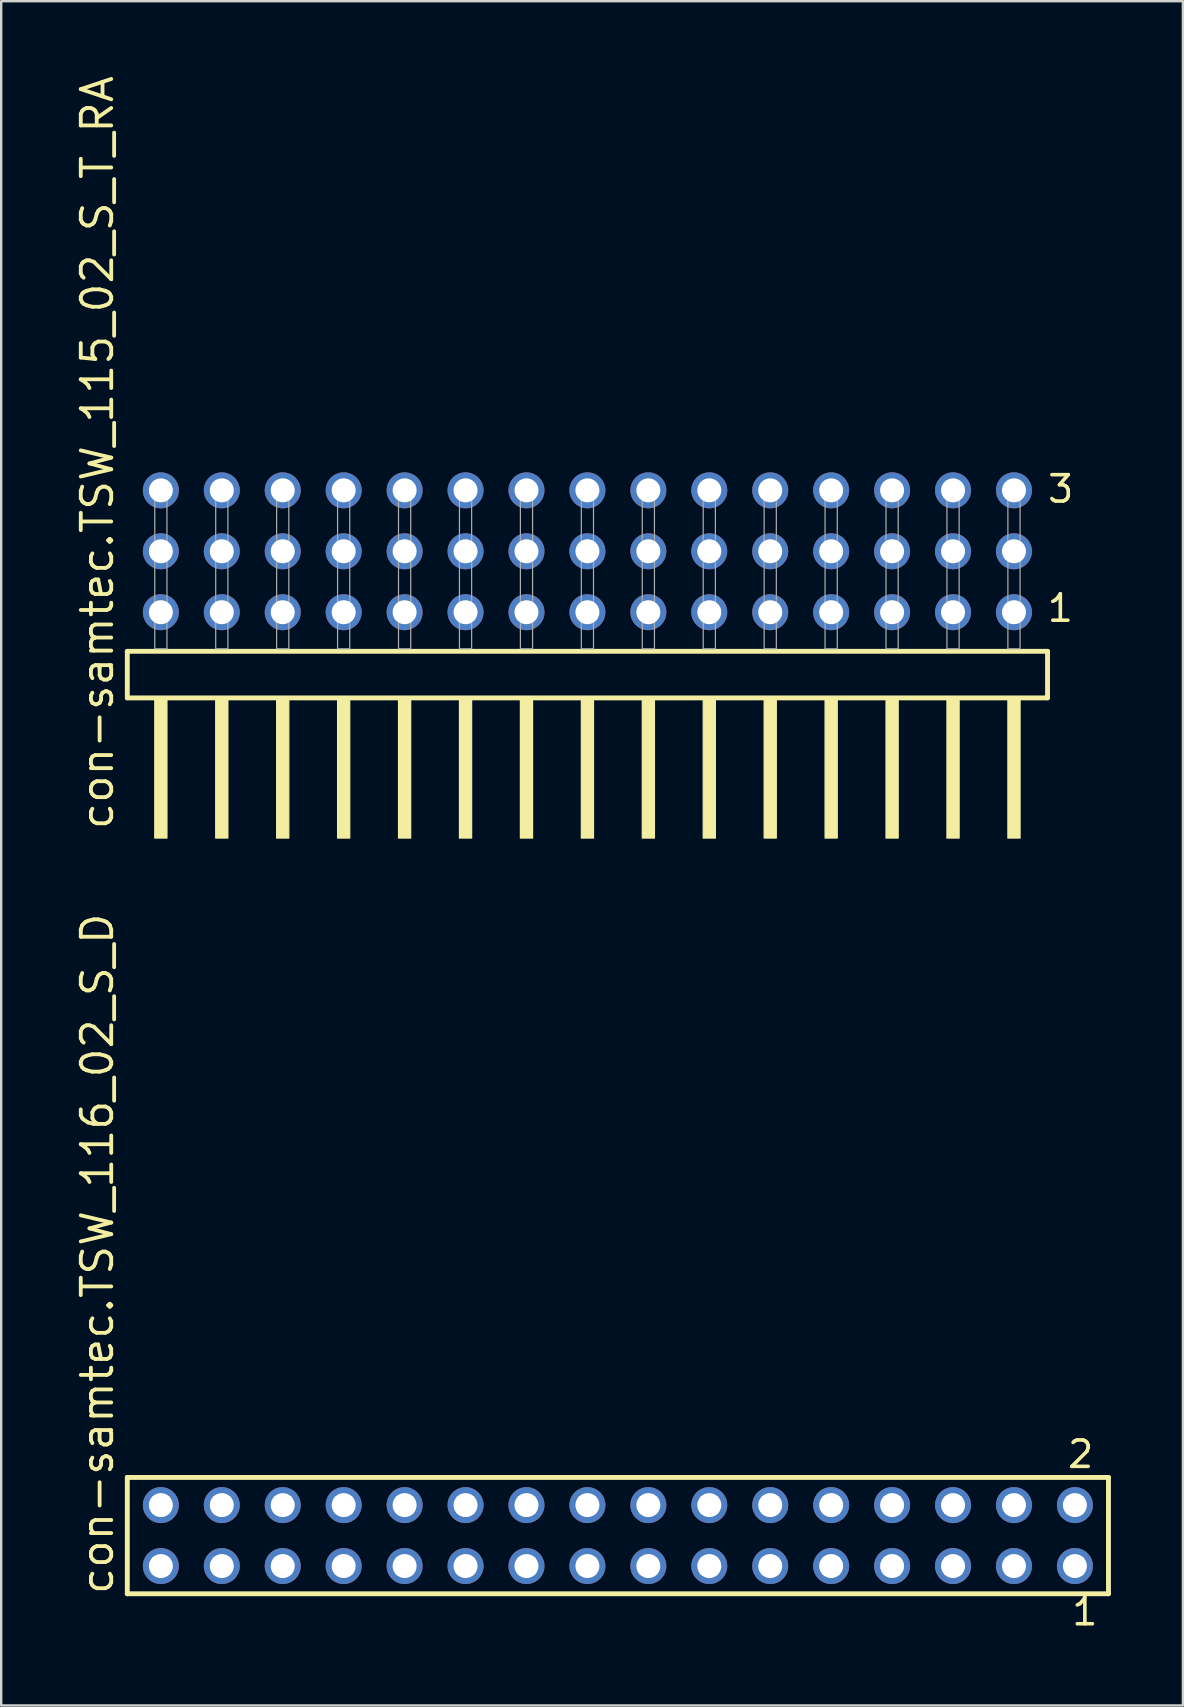
<source format=kicad_pcb>
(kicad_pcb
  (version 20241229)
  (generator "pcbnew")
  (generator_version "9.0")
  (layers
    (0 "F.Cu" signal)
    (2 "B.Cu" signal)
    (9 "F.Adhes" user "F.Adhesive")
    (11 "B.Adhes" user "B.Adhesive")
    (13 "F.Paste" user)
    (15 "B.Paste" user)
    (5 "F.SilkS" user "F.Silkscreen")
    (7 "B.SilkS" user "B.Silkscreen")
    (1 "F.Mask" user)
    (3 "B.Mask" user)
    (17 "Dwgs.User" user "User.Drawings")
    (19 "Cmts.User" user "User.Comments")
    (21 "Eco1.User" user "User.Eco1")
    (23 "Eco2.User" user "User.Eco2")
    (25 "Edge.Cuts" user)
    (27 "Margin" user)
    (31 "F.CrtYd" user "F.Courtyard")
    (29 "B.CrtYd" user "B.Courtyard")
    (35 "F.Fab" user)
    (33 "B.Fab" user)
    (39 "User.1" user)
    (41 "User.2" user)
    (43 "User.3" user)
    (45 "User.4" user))
  (footprint "con-samtec.TSW_115_02_S_T_RA"
    (layer "F.Cu")
    (at 21.435 23.993)
    (property "Reference" "con-samtec.TSW_115_02_S_T_RA" (at -19.685 7.62 90) (layer "F.SilkS") (effects (font (size 1.27 1.27) (thickness 0.16)) (justify left bottom)))
    (attr through_hole)
    (fp_line (start -19.179 0.106) (end -19.179 2.046) (stroke (width 0.203) (type default)) (layer "F.SilkS"))
    (fp_line (start -19.179 2.046) (end 19.179 2.046) (stroke (width 0.203) (type default)) (layer "F.SilkS"))
    (fp_line (start 19.179 0.106) (end -19.179 0.106) (stroke (width 0.203) (type default)) (layer "F.SilkS"))
    (fp_line (start 19.179 2.046) (end 19.179 0.106) (stroke (width 0.203) (type default)) (layer "F.SilkS"))
    (fp_rect (start -18.034 7.89) (end -17.526 2.04) (stroke (width 0.05) (type default)) (fill yes) (layer "F.SilkS"))
    (fp_rect (start -15.494 7.89) (end -14.986 2.04) (stroke (width 0.05) (type default)) (fill yes) (layer "F.SilkS"))
    (fp_rect (start -12.954 7.89) (end -12.446 2.04) (stroke (width 0.05) (type default)) (fill yes) (layer "F.SilkS"))
    (fp_rect (start -10.414 7.89) (end -9.906 2.04) (stroke (width 0.05) (type default)) (fill yes) (layer "F.SilkS"))
    (fp_rect (start -7.874 7.89) (end -7.366 2.04) (stroke (width 0.05) (type default)) (fill yes) (layer "F.SilkS"))
    (fp_rect (start -5.334 7.89) (end -4.826 2.04) (stroke (width 0.05) (type default)) (fill yes) (layer "F.SilkS"))
    (fp_rect (start -2.794 7.89) (end -2.286 2.04) (stroke (width 0.05) (type default)) (fill yes) (layer "F.SilkS"))
    (fp_rect (start -0.254 7.89) (end 0.254 2.04) (stroke (width 0.05) (type default)) (fill yes) (layer "F.SilkS"))
    (fp_rect (start 2.286 7.89) (end 2.794 2.04) (stroke (width 0.05) (type default)) (fill yes) (layer "F.SilkS"))
    (fp_rect (start 4.826 7.89) (end 5.334 2.04) (stroke (width 0.05) (type default)) (fill yes) (layer "F.SilkS"))
    (fp_rect (start 7.366 7.89) (end 7.874 2.04) (stroke (width 0.05) (type default)) (fill yes) (layer "F.SilkS"))
    (fp_rect (start 9.906 7.89) (end 10.414 2.04) (stroke (width 0.05) (type default)) (fill yes) (layer "F.SilkS"))
    (fp_rect (start 12.446 7.89) (end 12.954 2.04) (stroke (width 0.05) (type default)) (fill yes) (layer "F.SilkS"))
    (fp_rect (start 14.986 7.89) (end 15.494 2.04) (stroke (width 0.05) (type default)) (fill yes) (layer "F.SilkS"))
    (fp_rect (start 17.526 7.89) (end 18.034 2.04) (stroke (width 0.05) (type default)) (fill yes) (layer "F.SilkS"))
    (fp_rect (start -18.034 0) (end -17.526 -6.858) (stroke (width 0.05) (type default)) (fill no) (layer "F.Fab"))
    (fp_rect (start -15.494 0) (end -14.986 -6.858) (stroke (width 0.05) (type default)) (fill no) (layer "F.Fab"))
    (fp_rect (start -12.954 0) (end -12.446 -6.858) (stroke (width 0.05) (type default)) (fill no) (layer "F.Fab"))
    (fp_rect (start -10.414 0) (end -9.906 -6.858) (stroke (width 0.05) (type default)) (fill no) (layer "F.Fab"))
    (fp_rect (start -7.874 0) (end -7.366 -6.858) (stroke (width 0.05) (type default)) (fill no) (layer "F.Fab"))
    (fp_rect (start -5.334 0) (end -4.826 -6.858) (stroke (width 0.05) (type default)) (fill no) (layer "F.Fab"))
    (fp_rect (start -2.794 0) (end -2.286 -6.858) (stroke (width 0.05) (type default)) (fill no) (layer "F.Fab"))
    (fp_rect (start -0.254 0) (end 0.254 -6.858) (stroke (width 0.05) (type default)) (fill no) (layer "F.Fab"))
    (fp_rect (start 2.286 0) (end 2.794 -6.858) (stroke (width 0.05) (type default)) (fill no) (layer "F.Fab"))
    (fp_rect (start 4.826 0) (end 5.334 -6.858) (stroke (width 0.05) (type default)) (fill no) (layer "F.Fab"))
    (fp_rect (start 7.366 0) (end 7.874 -6.858) (stroke (width 0.05) (type default)) (fill no) (layer "F.Fab"))
    (fp_rect (start 9.906 0) (end 10.414 -6.858) (stroke (width 0.05) (type default)) (fill no) (layer "F.Fab"))
    (fp_rect (start 12.446 0) (end 12.954 -6.858) (stroke (width 0.05) (type default)) (fill no) (layer "F.Fab"))
    (fp_rect (start 14.986 0) (end 15.494 -6.858) (stroke (width 0.05) (type default)) (fill no) (layer "F.Fab"))
    (fp_rect (start 17.526 0) (end 18.034 -6.858) (stroke (width 0.05) (type default)) (fill no) (layer "F.Fab"))
    (fp_text user "3" (at 19.105 -6.015 0) (layer "F.SilkS") (effects (font (size 1.1 1.1) (thickness 0.15)) (justify left bottom)))
    (fp_text user "1" (at 19.09 -1.05 0) (layer "F.SilkS") (effects (font (size 1.1 1.1) (thickness 0.15)) (justify left bottom)))
    (pad "1" thru_hole circle (at 17.78 -1.524 180) (size 1.5 1.5) (drill 1) (layers "*.Cu" "*.Mask"))
    (pad "2" thru_hole circle (at 17.78 -4.064 180) (size 1.5 1.5) (drill 1) (layers "*.Cu" "*.Mask"))
    (pad "3" thru_hole circle (at 17.78 -6.604 180) (size 1.5 1.5) (drill 1) (layers "*.Cu" "*.Mask"))
    (pad "4" thru_hole circle (at 15.24 -1.524 180) (size 1.5 1.5) (drill 1) (layers "*.Cu" "*.Mask"))
    (pad "5" thru_hole circle (at 15.24 -4.064 180) (size 1.5 1.5) (drill 1) (layers "*.Cu" "*.Mask"))
    (pad "6" thru_hole circle (at 15.24 -6.604 180) (size 1.5 1.5) (drill 1) (layers "*.Cu" "*.Mask"))
    (pad "7" thru_hole circle (at 12.7 -1.524 180) (size 1.5 1.5) (drill 1) (layers "*.Cu" "*.Mask"))
    (pad "8" thru_hole circle (at 12.7 -4.064 180) (size 1.5 1.5) (drill 1) (layers "*.Cu" "*.Mask"))
    (pad "9" thru_hole circle (at 12.7 -6.604 180) (size 1.5 1.5) (drill 1) (layers "*.Cu" "*.Mask"))
    (pad "10" thru_hole circle (at 10.16 -1.524 180) (size 1.5 1.5) (drill 1) (layers "*.Cu" "*.Mask"))
    (pad "11" thru_hole circle (at 10.16 -4.064 180) (size 1.5 1.5) (drill 1) (layers "*.Cu" "*.Mask"))
    (pad "12" thru_hole circle (at 10.16 -6.604 180) (size 1.5 1.5) (drill 1) (layers "*.Cu" "*.Mask"))
    (pad "13" thru_hole circle (at 7.62 -1.524 180) (size 1.5 1.5) (drill 1) (layers "*.Cu" "*.Mask"))
    (pad "14" thru_hole circle (at 7.62 -4.064 180) (size 1.5 1.5) (drill 1) (layers "*.Cu" "*.Mask"))
    (pad "15" thru_hole circle (at 7.62 -6.604 180) (size 1.5 1.5) (drill 1) (layers "*.Cu" "*.Mask"))
    (pad "16" thru_hole circle (at 5.08 -1.524 180) (size 1.5 1.5) (drill 1) (layers "*.Cu" "*.Mask"))
    (pad "17" thru_hole circle (at 5.08 -4.064 180) (size 1.5 1.5) (drill 1) (layers "*.Cu" "*.Mask"))
    (pad "18" thru_hole circle (at 5.08 -6.604 180) (size 1.5 1.5) (drill 1) (layers "*.Cu" "*.Mask"))
    (pad "19" thru_hole circle (at 2.54 -1.524 180) (size 1.5 1.5) (drill 1) (layers "*.Cu" "*.Mask"))
    (pad "20" thru_hole circle (at 2.54 -4.064 180) (size 1.5 1.5) (drill 1) (layers "*.Cu" "*.Mask"))
    (pad "21" thru_hole circle (at 2.54 -6.604 180) (size 1.5 1.5) (drill 1) (layers "*.Cu" "*.Mask"))
    (pad "22" thru_hole circle (at 0 -1.524 180) (size 1.5 1.5) (drill 1) (layers "*.Cu" "*.Mask"))
    (pad "23" thru_hole circle (at 0 -4.064 180) (size 1.5 1.5) (drill 1) (layers "*.Cu" "*.Mask"))
    (pad "24" thru_hole circle (at 0 -6.604 180) (size 1.5 1.5) (drill 1) (layers "*.Cu" "*.Mask"))
    (pad "25" thru_hole circle (at -2.54 -1.524 180) (size 1.5 1.5) (drill 1) (layers "*.Cu" "*.Mask"))
    (pad "26" thru_hole circle (at -2.54 -4.064 180) (size 1.5 1.5) (drill 1) (layers "*.Cu" "*.Mask"))
    (pad "27" thru_hole circle (at -2.54 -6.604 180) (size 1.5 1.5) (drill 1) (layers "*.Cu" "*.Mask"))
    (pad "28" thru_hole circle (at -5.08 -1.524 180) (size 1.5 1.5) (drill 1) (layers "*.Cu" "*.Mask"))
    (pad "29" thru_hole circle (at -5.08 -4.064 180) (size 1.5 1.5) (drill 1) (layers "*.Cu" "*.Mask"))
    (pad "30" thru_hole circle (at -5.08 -6.604 180) (size 1.5 1.5) (drill 1) (layers "*.Cu" "*.Mask"))
    (pad "31" thru_hole circle (at -7.62 -1.524 180) (size 1.5 1.5) (drill 1) (layers "*.Cu" "*.Mask"))
    (pad "32" thru_hole circle (at -7.62 -4.064 180) (size 1.5 1.5) (drill 1) (layers "*.Cu" "*.Mask"))
    (pad "33" thru_hole circle (at -7.62 -6.604 180) (size 1.5 1.5) (drill 1) (layers "*.Cu" "*.Mask"))
    (pad "34" thru_hole circle (at -10.16 -1.524 180) (size 1.5 1.5) (drill 1) (layers "*.Cu" "*.Mask"))
    (pad "35" thru_hole circle (at -10.16 -4.064 180) (size 1.5 1.5) (drill 1) (layers "*.Cu" "*.Mask"))
    (pad "36" thru_hole circle (at -10.16 -6.604 180) (size 1.5 1.5) (drill 1) (layers "*.Cu" "*.Mask"))
    (pad "37" thru_hole circle (at -12.7 -1.524 180) (size 1.5 1.5) (drill 1) (layers "*.Cu" "*.Mask"))
    (pad "38" thru_hole circle (at -12.7 -4.064 180) (size 1.5 1.5) (drill 1) (layers "*.Cu" "*.Mask"))
    (pad "39" thru_hole circle (at -12.7 -6.604 180) (size 1.5 1.5) (drill 1) (layers "*.Cu" "*.Mask"))
    (pad "40" thru_hole circle (at -15.24 -1.524 180) (size 1.5 1.5) (drill 1) (layers "*.Cu" "*.Mask"))
    (pad "41" thru_hole circle (at -15.24 -4.064 180) (size 1.5 1.5) (drill 1) (layers "*.Cu" "*.Mask"))
    (pad "42" thru_hole circle (at -15.24 -6.604 180) (size 1.5 1.5) (drill 1) (layers "*.Cu" "*.Mask"))
    (pad "43" thru_hole circle (at -17.78 -1.524 180) (size 1.5 1.5) (drill 1) (layers "*.Cu" "*.Mask"))
    (pad "44" thru_hole circle (at -17.78 -4.064 180) (size 1.5 1.5) (drill 1) (layers "*.Cu" "*.Mask"))
    (pad "45" thru_hole circle (at -17.78 -6.604 180) (size 1.5 1.5) (drill 1) (layers "*.Cu" "*.Mask")))
  (footprint "con-samtec.TSW_116_02_S_D"
    (layer "F.Cu")
    (at 22.705 60.957)
    (property "Reference" "con-samtec.TSW_116_02_S_D" (at -20.955 2.54 90) (layer "F.SilkS") (effects (font (size 1.27 1.27) (thickness 0.16)) (justify left bottom)))
    (attr through_hole)
    (fp_line (start -20.449 -2.425) (end 20.449 -2.425) (stroke (width 0.203) (type default)) (layer "F.SilkS"))
    (fp_line (start -20.449 2.425) (end -20.449 -2.425) (stroke (width 0.203) (type default)) (layer "F.SilkS"))
    (fp_line (start 20.449 -2.425) (end 20.449 2.425) (stroke (width 0.203) (type default)) (layer "F.SilkS"))
    (fp_line (start 20.449 2.425) (end -20.449 2.425) (stroke (width 0.203) (type default)) (layer "F.SilkS"))
    (fp_rect (start -19.4 -0.92) (end -18.7 -1.62) (stroke (width 0.05) (type default)) (fill no) (layer "F.Fab"))
    (fp_rect (start -19.4 1.62) (end -18.7 0.92) (stroke (width 0.05) (type default)) (fill no) (layer "F.Fab"))
    (fp_rect (start -16.86 -0.92) (end -16.16 -1.62) (stroke (width 0.05) (type default)) (fill no) (layer "F.Fab"))
    (fp_rect (start -16.86 1.62) (end -16.16 0.92) (stroke (width 0.05) (type default)) (fill no) (layer "F.Fab"))
    (fp_rect (start -14.32 -0.92) (end -13.62 -1.62) (stroke (width 0.05) (type default)) (fill no) (layer "F.Fab"))
    (fp_rect (start -14.32 1.62) (end -13.62 0.92) (stroke (width 0.05) (type default)) (fill no) (layer "F.Fab"))
    (fp_rect (start -11.78 -0.92) (end -11.08 -1.62) (stroke (width 0.05) (type default)) (fill no) (layer "F.Fab"))
    (fp_rect (start -11.78 1.62) (end -11.08 0.92) (stroke (width 0.05) (type default)) (fill no) (layer "F.Fab"))
    (fp_rect (start -9.24 -0.92) (end -8.54 -1.62) (stroke (width 0.05) (type default)) (fill no) (layer "F.Fab"))
    (fp_rect (start -9.24 1.62) (end -8.54 0.92) (stroke (width 0.05) (type default)) (fill no) (layer "F.Fab"))
    (fp_rect (start -6.7 -0.92) (end -6 -1.62) (stroke (width 0.05) (type default)) (fill no) (layer "F.Fab"))
    (fp_rect (start -6.7 1.62) (end -6 0.92) (stroke (width 0.05) (type default)) (fill no) (layer "F.Fab"))
    (fp_rect (start -4.16 -0.92) (end -3.46 -1.62) (stroke (width 0.05) (type default)) (fill no) (layer "F.Fab"))
    (fp_rect (start -4.16 1.62) (end -3.46 0.92) (stroke (width 0.05) (type default)) (fill no) (layer "F.Fab"))
    (fp_rect (start -1.62 -0.92) (end -0.92 -1.62) (stroke (width 0.05) (type default)) (fill no) (layer "F.Fab"))
    (fp_rect (start -1.62 1.62) (end -0.92 0.92) (stroke (width 0.05) (type default)) (fill no) (layer "F.Fab"))
    (fp_rect (start 0.92 -0.92) (end 1.62 -1.62) (stroke (width 0.05) (type default)) (fill no) (layer "F.Fab"))
    (fp_rect (start 0.92 1.62) (end 1.62 0.92) (stroke (width 0.05) (type default)) (fill no) (layer "F.Fab"))
    (fp_rect (start 3.46 -0.92) (end 4.16 -1.62) (stroke (width 0.05) (type default)) (fill no) (layer "F.Fab"))
    (fp_rect (start 3.46 1.62) (end 4.16 0.92) (stroke (width 0.05) (type default)) (fill no) (layer "F.Fab"))
    (fp_rect (start 6 -0.92) (end 6.7 -1.62) (stroke (width 0.05) (type default)) (fill no) (layer "F.Fab"))
    (fp_rect (start 6 1.62) (end 6.7 0.92) (stroke (width 0.05) (type default)) (fill no) (layer "F.Fab"))
    (fp_rect (start 8.54 -0.92) (end 9.24 -1.62) (stroke (width 0.05) (type default)) (fill no) (layer "F.Fab"))
    (fp_rect (start 8.54 1.62) (end 9.24 0.92) (stroke (width 0.05) (type default)) (fill no) (layer "F.Fab"))
    (fp_rect (start 11.08 -0.92) (end 11.78 -1.62) (stroke (width 0.05) (type default)) (fill no) (layer "F.Fab"))
    (fp_rect (start 11.08 1.62) (end 11.78 0.92) (stroke (width 0.05) (type default)) (fill no) (layer "F.Fab"))
    (fp_rect (start 13.62 -0.92) (end 14.32 -1.62) (stroke (width 0.05) (type default)) (fill no) (layer "F.Fab"))
    (fp_rect (start 13.62 1.62) (end 14.32 0.92) (stroke (width 0.05) (type default)) (fill no) (layer "F.Fab"))
    (fp_rect (start 16.16 -0.92) (end 16.86 -1.62) (stroke (width 0.05) (type default)) (fill no) (layer "F.Fab"))
    (fp_rect (start 16.16 1.62) (end 16.86 0.92) (stroke (width 0.05) (type default)) (fill no) (layer "F.Fab"))
    (fp_rect (start 18.7 -0.92) (end 19.4 -1.62) (stroke (width 0.05) (type default)) (fill no) (layer "F.Fab"))
    (fp_rect (start 18.7 1.62) (end 19.4 0.92) (stroke (width 0.05) (type default)) (fill no) (layer "F.Fab"))
    (fp_text user "1" (at 18.842 3.818 0) (layer "F.SilkS") (effects (font (size 1.1 1.1) (thickness 0.15)) (justify left bottom)))
    (fp_text user "2" (at 18.667 -2.744 0) (layer "F.SilkS") (effects (font (size 1.1 1.1) (thickness 0.15)) (justify left bottom)))
    (pad "1" thru_hole circle (at 19.05 1.27 180) (size 1.5 1.5) (drill 1) (layers "*.Cu" "*.Mask"))
    (pad "2" thru_hole circle (at 19.05 -1.27 180) (size 1.5 1.5) (drill 1) (layers "*.Cu" "*.Mask"))
    (pad "3" thru_hole circle (at 16.51 1.27 180) (size 1.5 1.5) (drill 1) (layers "*.Cu" "*.Mask"))
    (pad "4" thru_hole circle (at 16.51 -1.27 180) (size 1.5 1.5) (drill 1) (layers "*.Cu" "*.Mask"))
    (pad "5" thru_hole circle (at 13.97 1.27 180) (size 1.5 1.5) (drill 1) (layers "*.Cu" "*.Mask"))
    (pad "6" thru_hole circle (at 13.97 -1.27 180) (size 1.5 1.5) (drill 1) (layers "*.Cu" "*.Mask"))
    (pad "7" thru_hole circle (at 11.43 1.27 180) (size 1.5 1.5) (drill 1) (layers "*.Cu" "*.Mask"))
    (pad "8" thru_hole circle (at 11.43 -1.27 180) (size 1.5 1.5) (drill 1) (layers "*.Cu" "*.Mask"))
    (pad "9" thru_hole circle (at 8.89 1.27 180) (size 1.5 1.5) (drill 1) (layers "*.Cu" "*.Mask"))
    (pad "10" thru_hole circle (at 8.89 -1.27 180) (size 1.5 1.5) (drill 1) (layers "*.Cu" "*.Mask"))
    (pad "11" thru_hole circle (at 6.35 1.27 180) (size 1.5 1.5) (drill 1) (layers "*.Cu" "*.Mask"))
    (pad "12" thru_hole circle (at 6.35 -1.27 180) (size 1.5 1.5) (drill 1) (layers "*.Cu" "*.Mask"))
    (pad "13" thru_hole circle (at 3.81 1.27 180) (size 1.5 1.5) (drill 1) (layers "*.Cu" "*.Mask"))
    (pad "14" thru_hole circle (at 3.81 -1.27 180) (size 1.5 1.5) (drill 1) (layers "*.Cu" "*.Mask"))
    (pad "15" thru_hole circle (at 1.27 1.27 180) (size 1.5 1.5) (drill 1) (layers "*.Cu" "*.Mask"))
    (pad "16" thru_hole circle (at 1.27 -1.27 180) (size 1.5 1.5) (drill 1) (layers "*.Cu" "*.Mask"))
    (pad "17" thru_hole circle (at -1.27 1.27 180) (size 1.5 1.5) (drill 1) (layers "*.Cu" "*.Mask"))
    (pad "18" thru_hole circle (at -1.27 -1.27 180) (size 1.5 1.5) (drill 1) (layers "*.Cu" "*.Mask"))
    (pad "19" thru_hole circle (at -3.81 1.27 180) (size 1.5 1.5) (drill 1) (layers "*.Cu" "*.Mask"))
    (pad "20" thru_hole circle (at -3.81 -1.27 180) (size 1.5 1.5) (drill 1) (layers "*.Cu" "*.Mask"))
    (pad "21" thru_hole circle (at -6.35 1.27 180) (size 1.5 1.5) (drill 1) (layers "*.Cu" "*.Mask"))
    (pad "22" thru_hole circle (at -6.35 -1.27 180) (size 1.5 1.5) (drill 1) (layers "*.Cu" "*.Mask"))
    (pad "23" thru_hole circle (at -8.89 1.27 180) (size 1.5 1.5) (drill 1) (layers "*.Cu" "*.Mask"))
    (pad "24" thru_hole circle (at -8.89 -1.27 180) (size 1.5 1.5) (drill 1) (layers "*.Cu" "*.Mask"))
    (pad "25" thru_hole circle (at -11.43 1.27 180) (size 1.5 1.5) (drill 1) (layers "*.Cu" "*.Mask"))
    (pad "26" thru_hole circle (at -11.43 -1.27 180) (size 1.5 1.5) (drill 1) (layers "*.Cu" "*.Mask"))
    (pad "27" thru_hole circle (at -13.97 1.27 180) (size 1.5 1.5) (drill 1) (layers "*.Cu" "*.Mask"))
    (pad "28" thru_hole circle (at -13.97 -1.27 180) (size 1.5 1.5) (drill 1) (layers "*.Cu" "*.Mask"))
    (pad "29" thru_hole circle (at -16.51 1.27 180) (size 1.5 1.5) (drill 1) (layers "*.Cu" "*.Mask"))
    (pad "30" thru_hole circle (at -16.51 -1.27 180) (size 1.5 1.5) (drill 1) (layers "*.Cu" "*.Mask"))
    (pad "31" thru_hole circle (at -19.05 1.27 180) (size 1.5 1.5) (drill 1) (layers "*.Cu" "*.Mask"))
    (pad "32" thru_hole circle (at -19.05 -1.27 180) (size 1.5 1.5) (drill 1) (layers "*.Cu" "*.Mask")))
  (gr_rect
    (start -3 -3)
    (end 46.256 68.039)
    (stroke (width 0.1) (type default))
    (fill no)
    (layer "Edge.Cuts")))
</source>
